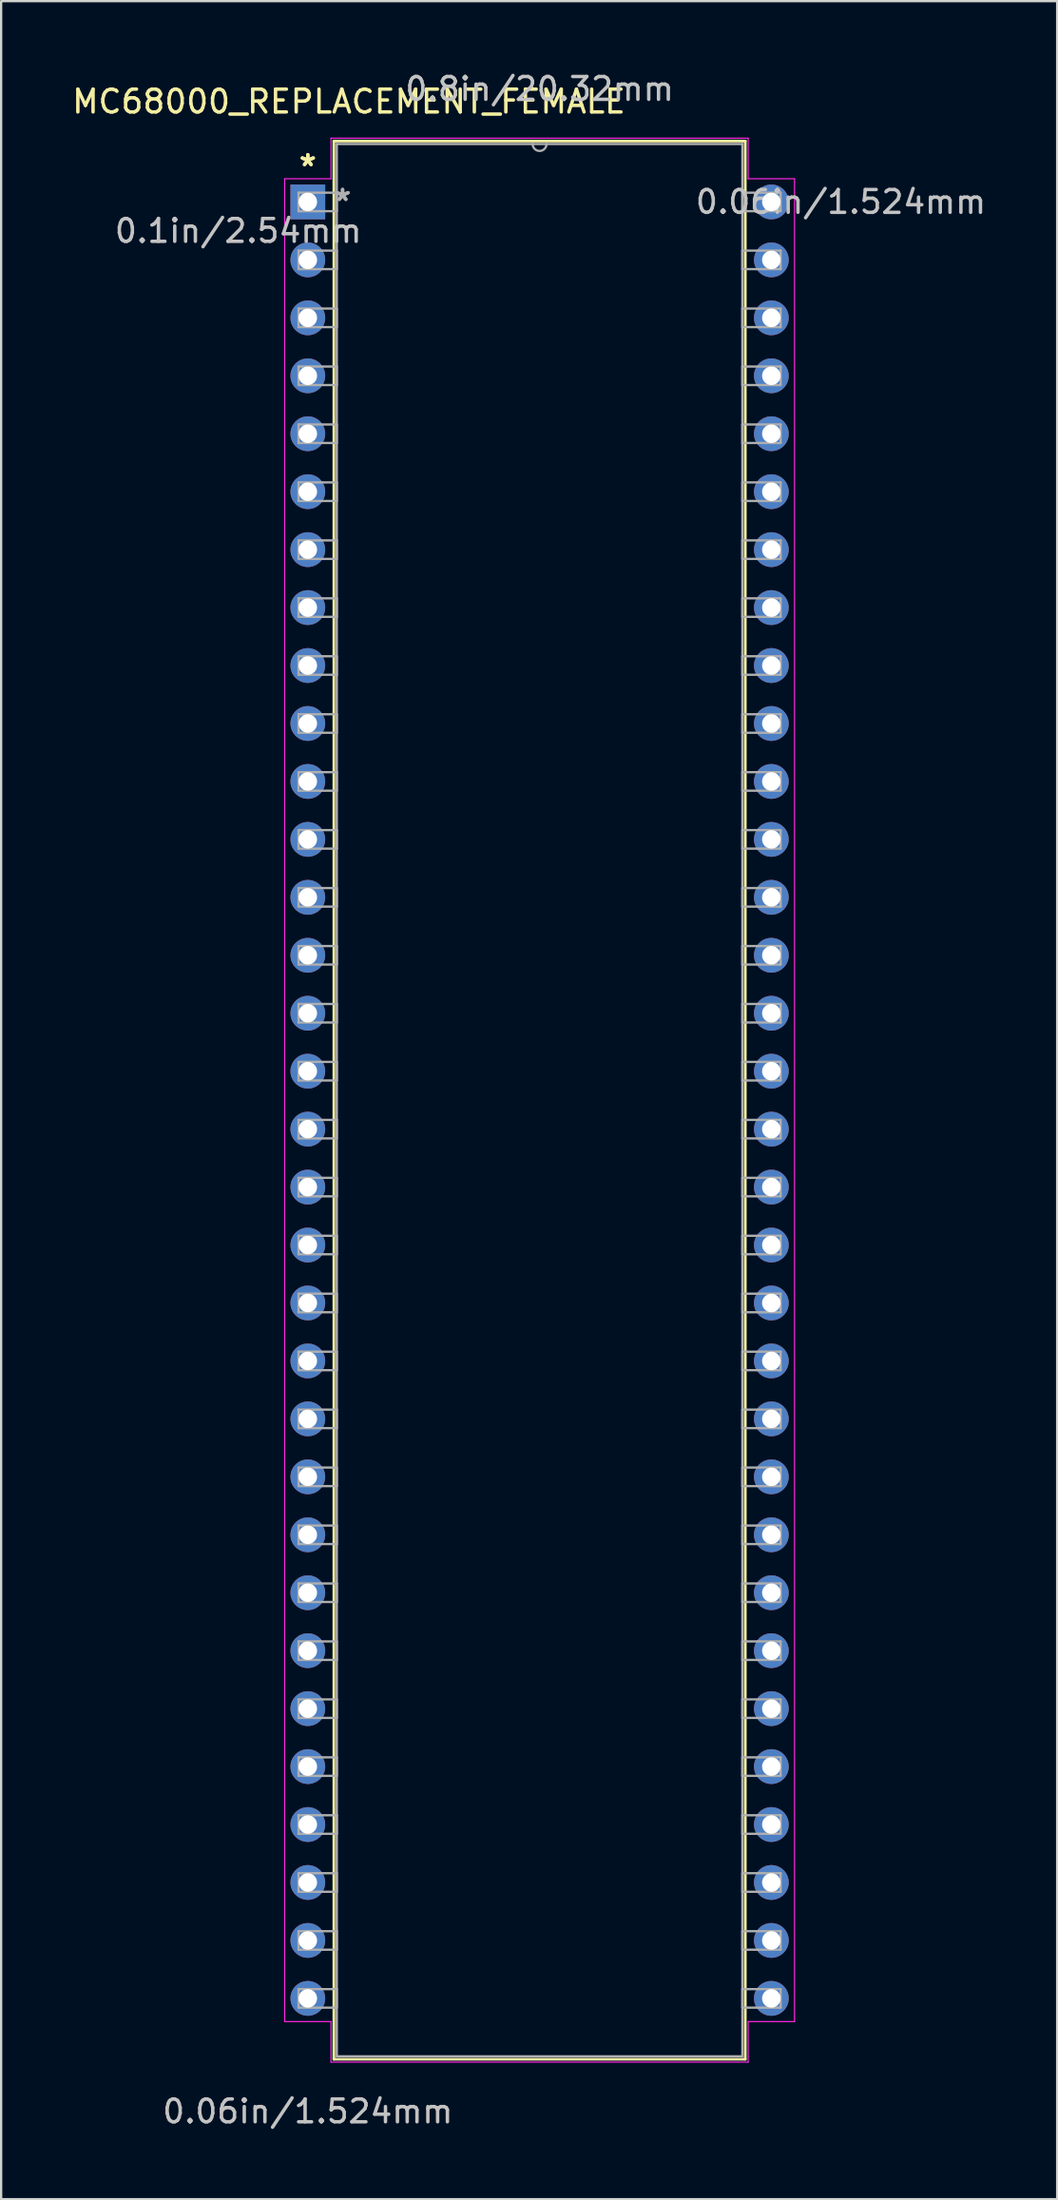
<source format=kicad_pcb>
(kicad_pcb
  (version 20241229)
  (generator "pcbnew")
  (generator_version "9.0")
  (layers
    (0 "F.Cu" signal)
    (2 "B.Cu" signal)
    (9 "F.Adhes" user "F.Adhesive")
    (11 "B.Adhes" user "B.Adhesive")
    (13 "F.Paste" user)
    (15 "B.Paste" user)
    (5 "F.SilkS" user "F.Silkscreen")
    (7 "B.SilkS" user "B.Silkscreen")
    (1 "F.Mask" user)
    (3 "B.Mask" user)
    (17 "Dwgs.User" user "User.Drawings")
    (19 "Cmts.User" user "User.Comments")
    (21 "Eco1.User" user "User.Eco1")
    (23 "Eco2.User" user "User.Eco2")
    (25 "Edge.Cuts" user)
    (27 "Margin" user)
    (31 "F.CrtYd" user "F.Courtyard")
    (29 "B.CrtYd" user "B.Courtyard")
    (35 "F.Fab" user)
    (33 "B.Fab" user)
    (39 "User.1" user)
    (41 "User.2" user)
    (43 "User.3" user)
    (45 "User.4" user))
  (footprint "MC68000_REPLACEMENT_FEMALE"
    (layer "F.Cu")
    (at 10.444 5.801)
    (property "Reference" "MC68000_REPLACEMENT_FEMALE" (at 1.8 -4.4 0) (layer "F.SilkS") (effects (font (size 1 1) (thickness 0.15))))
    (attr through_hole)
    (fp_line (start 1.143 -2.667) (end 1.143 81.407) (stroke (width 0.12) (type solid)) (layer "F.SilkS"))
    (fp_line (start 1.143 81.407) (end 19.177 81.407) (stroke (width 0.12) (type solid)) (layer "F.SilkS"))
    (fp_line (start 19.177 -2.667) (end 1.143 -2.667) (stroke (width 0.12) (type solid)) (layer "F.SilkS"))
    (fp_line (start 19.177 81.407) (end 19.177 -2.667) (stroke (width 0.12) (type solid)) (layer "F.SilkS"))
    (fp_line (start -1.016 -1.016) (end -1.016 79.756) (stroke (width 0.05) (type solid)) (layer "F.CrtYd"))
    (fp_line (start -1.016 79.756) (end 1.016 79.756) (stroke (width 0.05) (type solid)) (layer "F.CrtYd"))
    (fp_line (start 1.016 -2.794) (end 1.016 -1.016) (stroke (width 0.05) (type solid)) (layer "F.CrtYd"))
    (fp_line (start 1.016 -1.016) (end -1.016 -1.016) (stroke (width 0.05) (type solid)) (layer "F.CrtYd"))
    (fp_line (start 1.016 79.756) (end 1.016 81.534) (stroke (width 0.05) (type solid)) (layer "F.CrtYd"))
    (fp_line (start 1.016 81.534) (end 19.304 81.534) (stroke (width 0.05) (type solid)) (layer "F.CrtYd"))
    (fp_line (start 19.304 -2.794) (end 1.016 -2.794) (stroke (width 0.05) (type solid)) (layer "F.CrtYd"))
    (fp_line (start 19.304 -1.016) (end 19.304 -2.794) (stroke (width 0.05) (type solid)) (layer "F.CrtYd"))
    (fp_line (start 19.304 79.756) (end 21.336 79.756) (stroke (width 0.05) (type solid)) (layer "F.CrtYd"))
    (fp_line (start 19.304 81.534) (end 19.304 79.756) (stroke (width 0.05) (type solid)) (layer "F.CrtYd"))
    (fp_line (start 21.336 -1.016) (end 19.304 -1.016) (stroke (width 0.05) (type solid)) (layer "F.CrtYd"))
    (fp_line (start 21.336 79.756) (end 21.336 -1.016) (stroke (width 0.05) (type solid)) (layer "F.CrtYd"))
    (fp_line (start -0.406 -0.406) (end -0.406 0.406) (stroke (width 0.1) (type solid)) (layer "F.Fab"))
    (fp_line (start -0.406 0.406) (end 1.27 0.406) (stroke (width 0.1) (type solid)) (layer "F.Fab"))
    (fp_line (start -0.406 2.134) (end -0.406 2.946) (stroke (width 0.1) (type solid)) (layer "F.Fab"))
    (fp_line (start -0.406 2.946) (end 1.27 2.946) (stroke (width 0.1) (type solid)) (layer "F.Fab"))
    (fp_line (start -0.406 4.674) (end -0.406 5.486) (stroke (width 0.1) (type solid)) (layer "F.Fab"))
    (fp_line (start -0.406 5.486) (end 1.27 5.486) (stroke (width 0.1) (type solid)) (layer "F.Fab"))
    (fp_line (start -0.406 7.214) (end -0.406 8.026) (stroke (width 0.1) (type solid)) (layer "F.Fab"))
    (fp_line (start -0.406 8.026) (end 1.27 8.026) (stroke (width 0.1) (type solid)) (layer "F.Fab"))
    (fp_line (start -0.406 9.754) (end -0.406 10.566) (stroke (width 0.1) (type solid)) (layer "F.Fab"))
    (fp_line (start -0.406 10.566) (end 1.27 10.566) (stroke (width 0.1) (type solid)) (layer "F.Fab"))
    (fp_line (start -0.406 12.294) (end -0.406 13.106) (stroke (width 0.1) (type solid)) (layer "F.Fab"))
    (fp_line (start -0.406 13.106) (end 1.27 13.106) (stroke (width 0.1) (type solid)) (layer "F.Fab"))
    (fp_line (start -0.406 14.834) (end -0.406 15.646) (stroke (width 0.1) (type solid)) (layer "F.Fab"))
    (fp_line (start -0.406 15.646) (end 1.27 15.646) (stroke (width 0.1) (type solid)) (layer "F.Fab"))
    (fp_line (start -0.406 17.374) (end -0.406 18.186) (stroke (width 0.1) (type solid)) (layer "F.Fab"))
    (fp_line (start -0.406 18.186) (end 1.27 18.186) (stroke (width 0.1) (type solid)) (layer "F.Fab"))
    (fp_line (start -0.406 19.914) (end -0.406 20.726) (stroke (width 0.1) (type solid)) (layer "F.Fab"))
    (fp_line (start -0.406 20.726) (end 1.27 20.726) (stroke (width 0.1) (type solid)) (layer "F.Fab"))
    (fp_line (start -0.406 22.454) (end -0.406 23.266) (stroke (width 0.1) (type solid)) (layer "F.Fab"))
    (fp_line (start -0.406 23.266) (end 1.27 23.266) (stroke (width 0.1) (type solid)) (layer "F.Fab"))
    (fp_line (start -0.406 24.994) (end -0.406 25.806) (stroke (width 0.1) (type solid)) (layer "F.Fab"))
    (fp_line (start -0.406 25.806) (end 1.27 25.806) (stroke (width 0.1) (type solid)) (layer "F.Fab"))
    (fp_line (start -0.406 27.534) (end -0.406 28.346) (stroke (width 0.1) (type solid)) (layer "F.Fab"))
    (fp_line (start -0.406 28.346) (end 1.27 28.346) (stroke (width 0.1) (type solid)) (layer "F.Fab"))
    (fp_line (start -0.406 30.074) (end -0.406 30.886) (stroke (width 0.1) (type solid)) (layer "F.Fab"))
    (fp_line (start -0.406 30.886) (end 1.27 30.886) (stroke (width 0.1) (type solid)) (layer "F.Fab"))
    (fp_line (start -0.406 32.614) (end -0.406 33.426) (stroke (width 0.1) (type solid)) (layer "F.Fab"))
    (fp_line (start -0.406 33.426) (end 1.27 33.426) (stroke (width 0.1) (type solid)) (layer "F.Fab"))
    (fp_line (start -0.406 35.154) (end -0.406 35.966) (stroke (width 0.1) (type solid)) (layer "F.Fab"))
    (fp_line (start -0.406 35.966) (end 1.27 35.966) (stroke (width 0.1) (type solid)) (layer "F.Fab"))
    (fp_line (start -0.406 37.694) (end -0.406 38.506) (stroke (width 0.1) (type solid)) (layer "F.Fab"))
    (fp_line (start -0.406 38.506) (end 1.27 38.506) (stroke (width 0.1) (type solid)) (layer "F.Fab"))
    (fp_line (start -0.406 40.234) (end -0.406 41.046) (stroke (width 0.1) (type solid)) (layer "F.Fab"))
    (fp_line (start -0.406 41.046) (end 1.27 41.046) (stroke (width 0.1) (type solid)) (layer "F.Fab"))
    (fp_line (start -0.406 42.774) (end -0.406 43.586) (stroke (width 0.1) (type solid)) (layer "F.Fab"))
    (fp_line (start -0.406 43.586) (end 1.27 43.586) (stroke (width 0.1) (type solid)) (layer "F.Fab"))
    (fp_line (start -0.406 45.314) (end -0.406 46.126) (stroke (width 0.1) (type solid)) (layer "F.Fab"))
    (fp_line (start -0.406 46.126) (end 1.27 46.126) (stroke (width 0.1) (type solid)) (layer "F.Fab"))
    (fp_line (start -0.406 47.854) (end -0.406 48.666) (stroke (width 0.1) (type solid)) (layer "F.Fab"))
    (fp_line (start -0.406 48.666) (end 1.27 48.666) (stroke (width 0.1) (type solid)) (layer "F.Fab"))
    (fp_line (start -0.406 50.394) (end -0.406 51.206) (stroke (width 0.1) (type solid)) (layer "F.Fab"))
    (fp_line (start -0.406 51.206) (end 1.27 51.206) (stroke (width 0.1) (type solid)) (layer "F.Fab"))
    (fp_line (start -0.406 52.934) (end -0.406 53.746) (stroke (width 0.1) (type solid)) (layer "F.Fab"))
    (fp_line (start -0.406 53.746) (end 1.27 53.746) (stroke (width 0.1) (type solid)) (layer "F.Fab"))
    (fp_line (start -0.406 55.474) (end -0.406 56.286) (stroke (width 0.1) (type solid)) (layer "F.Fab"))
    (fp_line (start -0.406 56.286) (end 1.27 56.286) (stroke (width 0.1) (type solid)) (layer "F.Fab"))
    (fp_line (start -0.406 58.014) (end -0.406 58.826) (stroke (width 0.1) (type solid)) (layer "F.Fab"))
    (fp_line (start -0.406 58.826) (end 1.27 58.826) (stroke (width 0.1) (type solid)) (layer "F.Fab"))
    (fp_line (start -0.406 60.554) (end -0.406 61.366) (stroke (width 0.1) (type solid)) (layer "F.Fab"))
    (fp_line (start -0.406 61.366) (end 1.27 61.366) (stroke (width 0.1) (type solid)) (layer "F.Fab"))
    (fp_line (start -0.406 63.094) (end -0.406 63.906) (stroke (width 0.1) (type solid)) (layer "F.Fab"))
    (fp_line (start -0.406 63.906) (end 1.27 63.906) (stroke (width 0.1) (type solid)) (layer "F.Fab"))
    (fp_line (start -0.406 65.634) (end -0.406 66.446) (stroke (width 0.1) (type solid)) (layer "F.Fab"))
    (fp_line (start -0.406 66.446) (end 1.27 66.446) (stroke (width 0.1) (type solid)) (layer "F.Fab"))
    (fp_line (start -0.406 68.174) (end -0.406 68.986) (stroke (width 0.1) (type solid)) (layer "F.Fab"))
    (fp_line (start -0.406 68.986) (end 1.27 68.986) (stroke (width 0.1) (type solid)) (layer "F.Fab"))
    (fp_line (start -0.406 70.714) (end -0.406 71.526) (stroke (width 0.1) (type solid)) (layer "F.Fab"))
    (fp_line (start -0.406 71.526) (end 1.27 71.526) (stroke (width 0.1) (type solid)) (layer "F.Fab"))
    (fp_line (start -0.406 73.254) (end -0.406 74.066) (stroke (width 0.1) (type solid)) (layer "F.Fab"))
    (fp_line (start -0.406 74.066) (end 1.27 74.066) (stroke (width 0.1) (type solid)) (layer "F.Fab"))
    (fp_line (start -0.406 75.794) (end -0.406 76.606) (stroke (width 0.1) (type solid)) (layer "F.Fab"))
    (fp_line (start -0.406 76.606) (end 1.27 76.606) (stroke (width 0.1) (type solid)) (layer "F.Fab"))
    (fp_line (start -0.406 78.334) (end -0.406 79.146) (stroke (width 0.1) (type solid)) (layer "F.Fab"))
    (fp_line (start -0.406 79.146) (end 1.27 79.146) (stroke (width 0.1) (type solid)) (layer "F.Fab"))
    (fp_line (start 1.27 -2.54) (end 1.27 81.28) (stroke (width 0.1) (type solid)) (layer "F.Fab"))
    (fp_line (start 1.27 -0.406) (end -0.406 -0.406) (stroke (width 0.1) (type solid)) (layer "F.Fab"))
    (fp_line (start 1.27 0.406) (end 1.27 -0.406) (stroke (width 0.1) (type solid)) (layer "F.Fab"))
    (fp_line (start 1.27 2.134) (end -0.406 2.134) (stroke (width 0.1) (type solid)) (layer "F.Fab"))
    (fp_line (start 1.27 2.946) (end 1.27 2.134) (stroke (width 0.1) (type solid)) (layer "F.Fab"))
    (fp_line (start 1.27 4.674) (end -0.406 4.674) (stroke (width 0.1) (type solid)) (layer "F.Fab"))
    (fp_line (start 1.27 5.486) (end 1.27 4.674) (stroke (width 0.1) (type solid)) (layer "F.Fab"))
    (fp_line (start 1.27 7.214) (end -0.406 7.214) (stroke (width 0.1) (type solid)) (layer "F.Fab"))
    (fp_line (start 1.27 8.026) (end 1.27 7.214) (stroke (width 0.1) (type solid)) (layer "F.Fab"))
    (fp_line (start 1.27 9.754) (end -0.406 9.754) (stroke (width 0.1) (type solid)) (layer "F.Fab"))
    (fp_line (start 1.27 10.566) (end 1.27 9.754) (stroke (width 0.1) (type solid)) (layer "F.Fab"))
    (fp_line (start 1.27 12.294) (end -0.406 12.294) (stroke (width 0.1) (type solid)) (layer "F.Fab"))
    (fp_line (start 1.27 13.106) (end 1.27 12.294) (stroke (width 0.1) (type solid)) (layer "F.Fab"))
    (fp_line (start 1.27 14.834) (end -0.406 14.834) (stroke (width 0.1) (type solid)) (layer "F.Fab"))
    (fp_line (start 1.27 15.646) (end 1.27 14.834) (stroke (width 0.1) (type solid)) (layer "F.Fab"))
    (fp_line (start 1.27 17.374) (end -0.406 17.374) (stroke (width 0.1) (type solid)) (layer "F.Fab"))
    (fp_line (start 1.27 18.186) (end 1.27 17.374) (stroke (width 0.1) (type solid)) (layer "F.Fab"))
    (fp_line (start 1.27 19.914) (end -0.406 19.914) (stroke (width 0.1) (type solid)) (layer "F.Fab"))
    (fp_line (start 1.27 20.726) (end 1.27 19.914) (stroke (width 0.1) (type solid)) (layer "F.Fab"))
    (fp_line (start 1.27 22.454) (end -0.406 22.454) (stroke (width 0.1) (type solid)) (layer "F.Fab"))
    (fp_line (start 1.27 23.266) (end 1.27 22.454) (stroke (width 0.1) (type solid)) (layer "F.Fab"))
    (fp_line (start 1.27 24.994) (end -0.406 24.994) (stroke (width 0.1) (type solid)) (layer "F.Fab"))
    (fp_line (start 1.27 25.806) (end 1.27 24.994) (stroke (width 0.1) (type solid)) (layer "F.Fab"))
    (fp_line (start 1.27 27.534) (end -0.406 27.534) (stroke (width 0.1) (type solid)) (layer "F.Fab"))
    (fp_line (start 1.27 28.346) (end 1.27 27.534) (stroke (width 0.1) (type solid)) (layer "F.Fab"))
    (fp_line (start 1.27 30.074) (end -0.406 30.074) (stroke (width 0.1) (type solid)) (layer "F.Fab"))
    (fp_line (start 1.27 30.886) (end 1.27 30.074) (stroke (width 0.1) (type solid)) (layer "F.Fab"))
    (fp_line (start 1.27 32.614) (end -0.406 32.614) (stroke (width 0.1) (type solid)) (layer "F.Fab"))
    (fp_line (start 1.27 33.426) (end 1.27 32.614) (stroke (width 0.1) (type solid)) (layer "F.Fab"))
    (fp_line (start 1.27 35.154) (end -0.406 35.154) (stroke (width 0.1) (type solid)) (layer "F.Fab"))
    (fp_line (start 1.27 35.966) (end 1.27 35.154) (stroke (width 0.1) (type solid)) (layer "F.Fab"))
    (fp_line (start 1.27 37.694) (end -0.406 37.694) (stroke (width 0.1) (type solid)) (layer "F.Fab"))
    (fp_line (start 1.27 38.506) (end 1.27 37.694) (stroke (width 0.1) (type solid)) (layer "F.Fab"))
    (fp_line (start 1.27 40.234) (end -0.406 40.234) (stroke (width 0.1) (type solid)) (layer "F.Fab"))
    (fp_line (start 1.27 41.046) (end 1.27 40.234) (stroke (width 0.1) (type solid)) (layer "F.Fab"))
    (fp_line (start 1.27 42.774) (end -0.406 42.774) (stroke (width 0.1) (type solid)) (layer "F.Fab"))
    (fp_line (start 1.27 43.586) (end 1.27 42.774) (stroke (width 0.1) (type solid)) (layer "F.Fab"))
    (fp_line (start 1.27 45.314) (end -0.406 45.314) (stroke (width 0.1) (type solid)) (layer "F.Fab"))
    (fp_line (start 1.27 46.126) (end 1.27 45.314) (stroke (width 0.1) (type solid)) (layer "F.Fab"))
    (fp_line (start 1.27 47.854) (end -0.406 47.854) (stroke (width 0.1) (type solid)) (layer "F.Fab"))
    (fp_line (start 1.27 48.666) (end 1.27 47.854) (stroke (width 0.1) (type solid)) (layer "F.Fab"))
    (fp_line (start 1.27 50.394) (end -0.406 50.394) (stroke (width 0.1) (type solid)) (layer "F.Fab"))
    (fp_line (start 1.27 51.206) (end 1.27 50.394) (stroke (width 0.1) (type solid)) (layer "F.Fab"))
    (fp_line (start 1.27 52.934) (end -0.406 52.934) (stroke (width 0.1) (type solid)) (layer "F.Fab"))
    (fp_line (start 1.27 53.746) (end 1.27 52.934) (stroke (width 0.1) (type solid)) (layer "F.Fab"))
    (fp_line (start 1.27 55.474) (end -0.406 55.474) (stroke (width 0.1) (type solid)) (layer "F.Fab"))
    (fp_line (start 1.27 56.286) (end 1.27 55.474) (stroke (width 0.1) (type solid)) (layer "F.Fab"))
    (fp_line (start 1.27 58.014) (end -0.406 58.014) (stroke (width 0.1) (type solid)) (layer "F.Fab"))
    (fp_line (start 1.27 58.826) (end 1.27 58.014) (stroke (width 0.1) (type solid)) (layer "F.Fab"))
    (fp_line (start 1.27 60.554) (end -0.406 60.554) (stroke (width 0.1) (type solid)) (layer "F.Fab"))
    (fp_line (start 1.27 61.366) (end 1.27 60.554) (stroke (width 0.1) (type solid)) (layer "F.Fab"))
    (fp_line (start 1.27 63.094) (end -0.406 63.094) (stroke (width 0.1) (type solid)) (layer "F.Fab"))
    (fp_line (start 1.27 63.906) (end 1.27 63.094) (stroke (width 0.1) (type solid)) (layer "F.Fab"))
    (fp_line (start 1.27 65.634) (end -0.406 65.634) (stroke (width 0.1) (type solid)) (layer "F.Fab"))
    (fp_line (start 1.27 66.446) (end 1.27 65.634) (stroke (width 0.1) (type solid)) (layer "F.Fab"))
    (fp_line (start 1.27 68.174) (end -0.406 68.174) (stroke (width 0.1) (type solid)) (layer "F.Fab"))
    (fp_line (start 1.27 68.986) (end 1.27 68.174) (stroke (width 0.1) (type solid)) (layer "F.Fab"))
    (fp_line (start 1.27 70.714) (end -0.406 70.714) (stroke (width 0.1) (type solid)) (layer "F.Fab"))
    (fp_line (start 1.27 71.526) (end 1.27 70.714) (stroke (width 0.1) (type solid)) (layer "F.Fab"))
    (fp_line (start 1.27 73.254) (end -0.406 73.254) (stroke (width 0.1) (type solid)) (layer "F.Fab"))
    (fp_line (start 1.27 74.066) (end 1.27 73.254) (stroke (width 0.1) (type solid)) (layer "F.Fab"))
    (fp_line (start 1.27 75.794) (end -0.406 75.794) (stroke (width 0.1) (type solid)) (layer "F.Fab"))
    (fp_line (start 1.27 76.606) (end 1.27 75.794) (stroke (width 0.1) (type solid)) (layer "F.Fab"))
    (fp_line (start 1.27 78.334) (end -0.406 78.334) (stroke (width 0.1) (type solid)) (layer "F.Fab"))
    (fp_line (start 1.27 79.146) (end 1.27 78.334) (stroke (width 0.1) (type solid)) (layer "F.Fab"))
    (fp_line (start 1.27 81.28) (end 19.05 81.28) (stroke (width 0.1) (type solid)) (layer "F.Fab"))
    (fp_line (start 19.05 -2.54) (end 1.27 -2.54) (stroke (width 0.1) (type solid)) (layer "F.Fab"))
    (fp_line (start 19.05 -0.406) (end 19.05 0.406) (stroke (width 0.1) (type solid)) (layer "F.Fab"))
    (fp_line (start 19.05 0.406) (end 20.726 0.406) (stroke (width 0.1) (type solid)) (layer "F.Fab"))
    (fp_line (start 19.05 2.134) (end 19.05 2.946) (stroke (width 0.1) (type solid)) (layer "F.Fab"))
    (fp_line (start 19.05 2.946) (end 20.726 2.946) (stroke (width 0.1) (type solid)) (layer "F.Fab"))
    (fp_line (start 19.05 4.674) (end 19.05 5.486) (stroke (width 0.1) (type solid)) (layer "F.Fab"))
    (fp_line (start 19.05 5.486) (end 20.726 5.486) (stroke (width 0.1) (type solid)) (layer "F.Fab"))
    (fp_line (start 19.05 7.214) (end 19.05 8.026) (stroke (width 0.1) (type solid)) (layer "F.Fab"))
    (fp_line (start 19.05 8.026) (end 20.726 8.026) (stroke (width 0.1) (type solid)) (layer "F.Fab"))
    (fp_line (start 19.05 9.754) (end 19.05 10.566) (stroke (width 0.1) (type solid)) (layer "F.Fab"))
    (fp_line (start 19.05 10.566) (end 20.726 10.566) (stroke (width 0.1) (type solid)) (layer "F.Fab"))
    (fp_line (start 19.05 12.294) (end 19.05 13.106) (stroke (width 0.1) (type solid)) (layer "F.Fab"))
    (fp_line (start 19.05 13.106) (end 20.726 13.106) (stroke (width 0.1) (type solid)) (layer "F.Fab"))
    (fp_line (start 19.05 14.834) (end 19.05 15.646) (stroke (width 0.1) (type solid)) (layer "F.Fab"))
    (fp_line (start 19.05 15.646) (end 20.726 15.646) (stroke (width 0.1) (type solid)) (layer "F.Fab"))
    (fp_line (start 19.05 17.374) (end 19.05 18.186) (stroke (width 0.1) (type solid)) (layer "F.Fab"))
    (fp_line (start 19.05 18.186) (end 20.726 18.186) (stroke (width 0.1) (type solid)) (layer "F.Fab"))
    (fp_line (start 19.05 19.914) (end 19.05 20.726) (stroke (width 0.1) (type solid)) (layer "F.Fab"))
    (fp_line (start 19.05 20.726) (end 20.726 20.726) (stroke (width 0.1) (type solid)) (layer "F.Fab"))
    (fp_line (start 19.05 22.454) (end 19.05 23.266) (stroke (width 0.1) (type solid)) (layer "F.Fab"))
    (fp_line (start 19.05 23.266) (end 20.726 23.266) (stroke (width 0.1) (type solid)) (layer "F.Fab"))
    (fp_line (start 19.05 24.994) (end 19.05 25.806) (stroke (width 0.1) (type solid)) (layer "F.Fab"))
    (fp_line (start 19.05 25.806) (end 20.726 25.806) (stroke (width 0.1) (type solid)) (layer "F.Fab"))
    (fp_line (start 19.05 27.534) (end 19.05 28.346) (stroke (width 0.1) (type solid)) (layer "F.Fab"))
    (fp_line (start 19.05 28.346) (end 20.726 28.346) (stroke (width 0.1) (type solid)) (layer "F.Fab"))
    (fp_line (start 19.05 30.074) (end 19.05 30.886) (stroke (width 0.1) (type solid)) (layer "F.Fab"))
    (fp_line (start 19.05 30.886) (end 20.726 30.886) (stroke (width 0.1) (type solid)) (layer "F.Fab"))
    (fp_line (start 19.05 32.614) (end 19.05 33.426) (stroke (width 0.1) (type solid)) (layer "F.Fab"))
    (fp_line (start 19.05 33.426) (end 20.726 33.426) (stroke (width 0.1) (type solid)) (layer "F.Fab"))
    (fp_line (start 19.05 35.154) (end 19.05 35.966) (stroke (width 0.1) (type solid)) (layer "F.Fab"))
    (fp_line (start 19.05 35.966) (end 20.726 35.966) (stroke (width 0.1) (type solid)) (layer "F.Fab"))
    (fp_line (start 19.05 37.694) (end 19.05 38.506) (stroke (width 0.1) (type solid)) (layer "F.Fab"))
    (fp_line (start 19.05 38.506) (end 20.726 38.506) (stroke (width 0.1) (type solid)) (layer "F.Fab"))
    (fp_line (start 19.05 40.234) (end 19.05 41.046) (stroke (width 0.1) (type solid)) (layer "F.Fab"))
    (fp_line (start 19.05 41.046) (end 20.726 41.046) (stroke (width 0.1) (type solid)) (layer "F.Fab"))
    (fp_line (start 19.05 42.774) (end 19.05 43.586) (stroke (width 0.1) (type solid)) (layer "F.Fab"))
    (fp_line (start 19.05 43.586) (end 20.726 43.586) (stroke (width 0.1) (type solid)) (layer "F.Fab"))
    (fp_line (start 19.05 45.314) (end 19.05 46.126) (stroke (width 0.1) (type solid)) (layer "F.Fab"))
    (fp_line (start 19.05 46.126) (end 20.726 46.126) (stroke (width 0.1) (type solid)) (layer "F.Fab"))
    (fp_line (start 19.05 47.854) (end 19.05 48.666) (stroke (width 0.1) (type solid)) (layer "F.Fab"))
    (fp_line (start 19.05 48.666) (end 20.726 48.666) (stroke (width 0.1) (type solid)) (layer "F.Fab"))
    (fp_line (start 19.05 50.394) (end 19.05 51.206) (stroke (width 0.1) (type solid)) (layer "F.Fab"))
    (fp_line (start 19.05 51.206) (end 20.726 51.206) (stroke (width 0.1) (type solid)) (layer "F.Fab"))
    (fp_line (start 19.05 52.934) (end 19.05 53.746) (stroke (width 0.1) (type solid)) (layer "F.Fab"))
    (fp_line (start 19.05 53.746) (end 20.726 53.746) (stroke (width 0.1) (type solid)) (layer "F.Fab"))
    (fp_line (start 19.05 55.474) (end 19.05 56.286) (stroke (width 0.1) (type solid)) (layer "F.Fab"))
    (fp_line (start 19.05 56.286) (end 20.726 56.286) (stroke (width 0.1) (type solid)) (layer "F.Fab"))
    (fp_line (start 19.05 58.014) (end 19.05 58.826) (stroke (width 0.1) (type solid)) (layer "F.Fab"))
    (fp_line (start 19.05 58.826) (end 20.726 58.826) (stroke (width 0.1) (type solid)) (layer "F.Fab"))
    (fp_line (start 19.05 60.554) (end 19.05 61.366) (stroke (width 0.1) (type solid)) (layer "F.Fab"))
    (fp_line (start 19.05 61.366) (end 20.726 61.366) (stroke (width 0.1) (type solid)) (layer "F.Fab"))
    (fp_line (start 19.05 63.094) (end 19.05 63.906) (stroke (width 0.1) (type solid)) (layer "F.Fab"))
    (fp_line (start 19.05 63.906) (end 20.726 63.906) (stroke (width 0.1) (type solid)) (layer "F.Fab"))
    (fp_line (start 19.05 65.634) (end 19.05 66.446) (stroke (width 0.1) (type solid)) (layer "F.Fab"))
    (fp_line (start 19.05 66.446) (end 20.726 66.446) (stroke (width 0.1) (type solid)) (layer "F.Fab"))
    (fp_line (start 19.05 68.174) (end 19.05 68.986) (stroke (width 0.1) (type solid)) (layer "F.Fab"))
    (fp_line (start 19.05 68.986) (end 20.726 68.986) (stroke (width 0.1) (type solid)) (layer "F.Fab"))
    (fp_line (start 19.05 70.714) (end 19.05 71.526) (stroke (width 0.1) (type solid)) (layer "F.Fab"))
    (fp_line (start 19.05 71.526) (end 20.726 71.526) (stroke (width 0.1) (type solid)) (layer "F.Fab"))
    (fp_line (start 19.05 73.254) (end 19.05 74.066) (stroke (width 0.1) (type solid)) (layer "F.Fab"))
    (fp_line (start 19.05 74.066) (end 20.726 74.066) (stroke (width 0.1) (type solid)) (layer "F.Fab"))
    (fp_line (start 19.05 75.794) (end 19.05 76.606) (stroke (width 0.1) (type solid)) (layer "F.Fab"))
    (fp_line (start 19.05 76.606) (end 20.726 76.606) (stroke (width 0.1) (type solid)) (layer "F.Fab"))
    (fp_line (start 19.05 78.334) (end 19.05 79.146) (stroke (width 0.1) (type solid)) (layer "F.Fab"))
    (fp_line (start 19.05 79.146) (end 20.726 79.146) (stroke (width 0.1) (type solid)) (layer "F.Fab"))
    (fp_line (start 19.05 81.28) (end 19.05 -2.54) (stroke (width 0.1) (type solid)) (layer "F.Fab"))
    (fp_line (start 20.726 -0.406) (end 19.05 -0.406) (stroke (width 0.1) (type solid)) (layer "F.Fab"))
    (fp_line (start 20.726 0.406) (end 20.726 -0.406) (stroke (width 0.1) (type solid)) (layer "F.Fab"))
    (fp_line (start 20.726 2.134) (end 19.05 2.134) (stroke (width 0.1) (type solid)) (layer "F.Fab"))
    (fp_line (start 20.726 2.946) (end 20.726 2.134) (stroke (width 0.1) (type solid)) (layer "F.Fab"))
    (fp_line (start 20.726 4.674) (end 19.05 4.674) (stroke (width 0.1) (type solid)) (layer "F.Fab"))
    (fp_line (start 20.726 5.486) (end 20.726 4.674) (stroke (width 0.1) (type solid)) (layer "F.Fab"))
    (fp_line (start 20.726 7.214) (end 19.05 7.214) (stroke (width 0.1) (type solid)) (layer "F.Fab"))
    (fp_line (start 20.726 8.026) (end 20.726 7.214) (stroke (width 0.1) (type solid)) (layer "F.Fab"))
    (fp_line (start 20.726 9.754) (end 19.05 9.754) (stroke (width 0.1) (type solid)) (layer "F.Fab"))
    (fp_line (start 20.726 10.566) (end 20.726 9.754) (stroke (width 0.1) (type solid)) (layer "F.Fab"))
    (fp_line (start 20.726 12.294) (end 19.05 12.294) (stroke (width 0.1) (type solid)) (layer "F.Fab"))
    (fp_line (start 20.726 13.106) (end 20.726 12.294) (stroke (width 0.1) (type solid)) (layer "F.Fab"))
    (fp_line (start 20.726 14.834) (end 19.05 14.834) (stroke (width 0.1) (type solid)) (layer "F.Fab"))
    (fp_line (start 20.726 15.646) (end 20.726 14.834) (stroke (width 0.1) (type solid)) (layer "F.Fab"))
    (fp_line (start 20.726 17.374) (end 19.05 17.374) (stroke (width 0.1) (type solid)) (layer "F.Fab"))
    (fp_line (start 20.726 18.186) (end 20.726 17.374) (stroke (width 0.1) (type solid)) (layer "F.Fab"))
    (fp_line (start 20.726 19.914) (end 19.05 19.914) (stroke (width 0.1) (type solid)) (layer "F.Fab"))
    (fp_line (start 20.726 20.726) (end 20.726 19.914) (stroke (width 0.1) (type solid)) (layer "F.Fab"))
    (fp_line (start 20.726 22.454) (end 19.05 22.454) (stroke (width 0.1) (type solid)) (layer "F.Fab"))
    (fp_line (start 20.726 23.266) (end 20.726 22.454) (stroke (width 0.1) (type solid)) (layer "F.Fab"))
    (fp_line (start 20.726 24.994) (end 19.05 24.994) (stroke (width 0.1) (type solid)) (layer "F.Fab"))
    (fp_line (start 20.726 25.806) (end 20.726 24.994) (stroke (width 0.1) (type solid)) (layer "F.Fab"))
    (fp_line (start 20.726 27.534) (end 19.05 27.534) (stroke (width 0.1) (type solid)) (layer "F.Fab"))
    (fp_line (start 20.726 28.346) (end 20.726 27.534) (stroke (width 0.1) (type solid)) (layer "F.Fab"))
    (fp_line (start 20.726 30.074) (end 19.05 30.074) (stroke (width 0.1) (type solid)) (layer "F.Fab"))
    (fp_line (start 20.726 30.886) (end 20.726 30.074) (stroke (width 0.1) (type solid)) (layer "F.Fab"))
    (fp_line (start 20.726 32.614) (end 19.05 32.614) (stroke (width 0.1) (type solid)) (layer "F.Fab"))
    (fp_line (start 20.726 33.426) (end 20.726 32.614) (stroke (width 0.1) (type solid)) (layer "F.Fab"))
    (fp_line (start 20.726 35.154) (end 19.05 35.154) (stroke (width 0.1) (type solid)) (layer "F.Fab"))
    (fp_line (start 20.726 35.966) (end 20.726 35.154) (stroke (width 0.1) (type solid)) (layer "F.Fab"))
    (fp_line (start 20.726 37.694) (end 19.05 37.694) (stroke (width 0.1) (type solid)) (layer "F.Fab"))
    (fp_line (start 20.726 38.506) (end 20.726 37.694) (stroke (width 0.1) (type solid)) (layer "F.Fab"))
    (fp_line (start 20.726 40.234) (end 19.05 40.234) (stroke (width 0.1) (type solid)) (layer "F.Fab"))
    (fp_line (start 20.726 41.046) (end 20.726 40.234) (stroke (width 0.1) (type solid)) (layer "F.Fab"))
    (fp_line (start 20.726 42.774) (end 19.05 42.774) (stroke (width 0.1) (type solid)) (layer "F.Fab"))
    (fp_line (start 20.726 43.586) (end 20.726 42.774) (stroke (width 0.1) (type solid)) (layer "F.Fab"))
    (fp_line (start 20.726 45.314) (end 19.05 45.314) (stroke (width 0.1) (type solid)) (layer "F.Fab"))
    (fp_line (start 20.726 46.126) (end 20.726 45.314) (stroke (width 0.1) (type solid)) (layer "F.Fab"))
    (fp_line (start 20.726 47.854) (end 19.05 47.854) (stroke (width 0.1) (type solid)) (layer "F.Fab"))
    (fp_line (start 20.726 48.666) (end 20.726 47.854) (stroke (width 0.1) (type solid)) (layer "F.Fab"))
    (fp_line (start 20.726 50.394) (end 19.05 50.394) (stroke (width 0.1) (type solid)) (layer "F.Fab"))
    (fp_line (start 20.726 51.206) (end 20.726 50.394) (stroke (width 0.1) (type solid)) (layer "F.Fab"))
    (fp_line (start 20.726 52.934) (end 19.05 52.934) (stroke (width 0.1) (type solid)) (layer "F.Fab"))
    (fp_line (start 20.726 53.746) (end 20.726 52.934) (stroke (width 0.1) (type solid)) (layer "F.Fab"))
    (fp_line (start 20.726 55.474) (end 19.05 55.474) (stroke (width 0.1) (type solid)) (layer "F.Fab"))
    (fp_line (start 20.726 56.286) (end 20.726 55.474) (stroke (width 0.1) (type solid)) (layer "F.Fab"))
    (fp_line (start 20.726 58.014) (end 19.05 58.014) (stroke (width 0.1) (type solid)) (layer "F.Fab"))
    (fp_line (start 20.726 58.826) (end 20.726 58.014) (stroke (width 0.1) (type solid)) (layer "F.Fab"))
    (fp_line (start 20.726 60.554) (end 19.05 60.554) (stroke (width 0.1) (type solid)) (layer "F.Fab"))
    (fp_line (start 20.726 61.366) (end 20.726 60.554) (stroke (width 0.1) (type solid)) (layer "F.Fab"))
    (fp_line (start 20.726 63.094) (end 19.05 63.094) (stroke (width 0.1) (type solid)) (layer "F.Fab"))
    (fp_line (start 20.726 63.906) (end 20.726 63.094) (stroke (width 0.1) (type solid)) (layer "F.Fab"))
    (fp_line (start 20.726 65.634) (end 19.05 65.634) (stroke (width 0.1) (type solid)) (layer "F.Fab"))
    (fp_line (start 20.726 66.446) (end 20.726 65.634) (stroke (width 0.1) (type solid)) (layer "F.Fab"))
    (fp_line (start 20.726 68.174) (end 19.05 68.174) (stroke (width 0.1) (type solid)) (layer "F.Fab"))
    (fp_line (start 20.726 68.986) (end 20.726 68.174) (stroke (width 0.1) (type solid)) (layer "F.Fab"))
    (fp_line (start 20.726 70.714) (end 19.05 70.714) (stroke (width 0.1) (type solid)) (layer "F.Fab"))
    (fp_line (start 20.726 71.526) (end 20.726 70.714) (stroke (width 0.1) (type solid)) (layer "F.Fab"))
    (fp_line (start 20.726 73.254) (end 19.05 73.254) (stroke (width 0.1) (type solid)) (layer "F.Fab"))
    (fp_line (start 20.726 74.066) (end 20.726 73.254) (stroke (width 0.1) (type solid)) (layer "F.Fab"))
    (fp_line (start 20.726 75.794) (end 19.05 75.794) (stroke (width 0.1) (type solid)) (layer "F.Fab"))
    (fp_line (start 20.726 76.606) (end 20.726 75.794) (stroke (width 0.1) (type solid)) (layer "F.Fab"))
    (fp_line (start 20.726 78.334) (end 19.05 78.334) (stroke (width 0.1) (type solid)) (layer "F.Fab"))
    (fp_line (start 20.726 79.146) (end 20.726 78.334) (stroke (width 0.1) (type solid)) (layer "F.Fab"))
    (fp_arc (start 10.4648 -2.54) (mid 10.16 -2.2352) (end 9.8552 -2.54) (stroke (width 0.1) (type solid)) (layer "F.Fab"))
    (fp_text user "*" (at 0 -1.524 0) (layer "F.SilkS") (effects (font (size 1 1) (thickness 0.15))))
    (fp_text user "*" (at 0 -1.524 0) (layer "F.SilkS") (effects (font (size 1 1) (thickness 0.15))))
    (fp_text user "0.06in/1.524mm" (at 23.368 0 0) (layer "Dwgs.User") (effects (font (size 1 1) (thickness 0.15))))
    (fp_text user "0.1in/2.54mm" (at -3.048 1.27 0) (layer "Dwgs.User") (effects (font (size 1 1) (thickness 0.15))))
    (fp_text user "0.06in/1.524mm" (at 0 83.693 0) (layer "Dwgs.User") (effects (font (size 1 1) (thickness 0.15))))
    (fp_text user "0.8in/20.32mm" (at 10.16 -4.953 0) (layer "Dwgs.User") (effects (font (size 1 1) (thickness 0.15))))
    (fp_text user "Copyright 2021 Accelerated Designs. All rights reserved." (at 0 0 0) (layer "Cmts.User") (effects (font (size 0.127 0.127) (thickness 0.002))))
    (fp_text user "*" (at 1.524 0 0) (layer "F.Fab") (effects (font (size 1 1) (thickness 0.15))))
    (fp_text user "*" (at 1.524 0 0) (layer "F.Fab") (effects (font (size 1 1) (thickness 0.15))))
    (pad "1" thru_hole rect (at 0 0) (size 1.524 1.524) (drill 0.813) (layers "*.Cu" "*.Mask"))
    (pad "2" thru_hole circle (at 0 2.54) (size 1.524 1.524) (drill 0.813) (layers "*.Cu" "*.Mask"))
    (pad "3" thru_hole circle (at 0 5.08) (size 1.524 1.524) (drill 0.813) (layers "*.Cu" "*.Mask"))
    (pad "4" thru_hole circle (at 0 7.62) (size 1.524 1.524) (drill 0.813) (layers "*.Cu" "*.Mask"))
    (pad "5" thru_hole circle (at 0 10.16) (size 1.524 1.524) (drill 0.813) (layers "*.Cu" "*.Mask"))
    (pad "6" thru_hole circle (at 0 12.7) (size 1.524 1.524) (drill 0.813) (layers "*.Cu" "*.Mask"))
    (pad "7" thru_hole circle (at 0 15.24) (size 1.524 1.524) (drill 0.813) (layers "*.Cu" "*.Mask"))
    (pad "8" thru_hole circle (at 0 17.78) (size 1.524 1.524) (drill 0.813) (layers "*.Cu" "*.Mask"))
    (pad "9" thru_hole circle (at 0 20.32) (size 1.524 1.524) (drill 0.813) (layers "*.Cu" "*.Mask"))
    (pad "10" thru_hole circle (at 0 22.86) (size 1.524 1.524) (drill 0.813) (layers "*.Cu" "*.Mask"))
    (pad "11" thru_hole circle (at 0 25.4) (size 1.524 1.524) (drill 0.813) (layers "*.Cu" "*.Mask"))
    (pad "12" thru_hole circle (at 0 27.94) (size 1.524 1.524) (drill 0.813) (layers "*.Cu" "*.Mask"))
    (pad "13" thru_hole circle (at 0 30.48) (size 1.524 1.524) (drill 0.813) (layers "*.Cu" "*.Mask"))
    (pad "14" thru_hole circle (at 0 33.02) (size 1.524 1.524) (drill 0.813) (layers "*.Cu" "*.Mask"))
    (pad "15" thru_hole circle (at 0 35.56) (size 1.524 1.524) (drill 0.813) (layers "*.Cu" "*.Mask"))
    (pad "16" thru_hole circle (at 0 38.1) (size 1.524 1.524) (drill 0.813) (layers "*.Cu" "*.Mask"))
    (pad "17" thru_hole circle (at 0 40.64) (size 1.524 1.524) (drill 0.813) (layers "*.Cu" "*.Mask"))
    (pad "18" thru_hole circle (at 0 43.18) (size 1.524 1.524) (drill 0.813) (layers "*.Cu" "*.Mask"))
    (pad "19" thru_hole circle (at 0 45.72) (size 1.524 1.524) (drill 0.813) (layers "*.Cu" "*.Mask"))
    (pad "20" thru_hole circle (at 0 48.26) (size 1.524 1.524) (drill 0.813) (layers "*.Cu" "*.Mask"))
    (pad "21" thru_hole circle (at 0 50.8) (size 1.524 1.524) (drill 0.813) (layers "*.Cu" "*.Mask"))
    (pad "22" thru_hole circle (at 0 53.34) (size 1.524 1.524) (drill 0.813) (layers "*.Cu" "*.Mask"))
    (pad "23" thru_hole circle (at 0 55.88) (size 1.524 1.524) (drill 0.813) (layers "*.Cu" "*.Mask"))
    (pad "24" thru_hole circle (at 0 58.42) (size 1.524 1.524) (drill 0.813) (layers "*.Cu" "*.Mask"))
    (pad "25" thru_hole circle (at 0 60.96) (size 1.524 1.524) (drill 0.813) (layers "*.Cu" "*.Mask"))
    (pad "26" thru_hole circle (at 0 63.5) (size 1.524 1.524) (drill 0.813) (layers "*.Cu" "*.Mask"))
    (pad "27" thru_hole circle (at 0 66.04) (size 1.524 1.524) (drill 0.813) (layers "*.Cu" "*.Mask"))
    (pad "28" thru_hole circle (at 0 68.58) (size 1.524 1.524) (drill 0.813) (layers "*.Cu" "*.Mask"))
    (pad "29" thru_hole circle (at 0 71.12) (size 1.524 1.524) (drill 0.813) (layers "*.Cu" "*.Mask"))
    (pad "30" thru_hole circle (at 0 73.66) (size 1.524 1.524) (drill 0.813) (layers "*.Cu" "*.Mask"))
    (pad "31" thru_hole circle (at 0 76.2) (size 1.524 1.524) (drill 0.813) (layers "*.Cu" "*.Mask"))
    (pad "32" thru_hole circle (at 0 78.74) (size 1.524 1.524) (drill 0.813) (layers "*.Cu" "*.Mask"))
    (pad "33" thru_hole circle (at 20.32 78.74) (size 1.524 1.524) (drill 0.813) (layers "*.Cu" "*.Mask"))
    (pad "34" thru_hole circle (at 20.32 76.2) (size 1.524 1.524) (drill 0.813) (layers "*.Cu" "*.Mask"))
    (pad "35" thru_hole circle (at 20.32 73.66) (size 1.524 1.524) (drill 0.813) (layers "*.Cu" "*.Mask"))
    (pad "36" thru_hole circle (at 20.32 71.12) (size 1.524 1.524) (drill 0.813) (layers "*.Cu" "*.Mask"))
    (pad "37" thru_hole circle (at 20.32 68.58) (size 1.524 1.524) (drill 0.813) (layers "*.Cu" "*.Mask"))
    (pad "38" thru_hole circle (at 20.32 66.04) (size 1.524 1.524) (drill 0.813) (layers "*.Cu" "*.Mask"))
    (pad "39" thru_hole circle (at 20.32 63.5) (size 1.524 1.524) (drill 0.813) (layers "*.Cu" "*.Mask"))
    (pad "40" thru_hole circle (at 20.32 60.96) (size 1.524 1.524) (drill 0.813) (layers "*.Cu" "*.Mask"))
    (pad "41" thru_hole circle (at 20.32 58.42) (size 1.524 1.524) (drill 0.813) (layers "*.Cu" "*.Mask"))
    (pad "42" thru_hole circle (at 20.32 55.88) (size 1.524 1.524) (drill 0.813) (layers "*.Cu" "*.Mask"))
    (pad "43" thru_hole circle (at 20.32 53.34) (size 1.524 1.524) (drill 0.813) (layers "*.Cu" "*.Mask"))
    (pad "44" thru_hole circle (at 20.32 50.8) (size 1.524 1.524) (drill 0.813) (layers "*.Cu" "*.Mask"))
    (pad "45" thru_hole circle (at 20.32 48.26) (size 1.524 1.524) (drill 0.813) (layers "*.Cu" "*.Mask"))
    (pad "46" thru_hole circle (at 20.32 45.72) (size 1.524 1.524) (drill 0.813) (layers "*.Cu" "*.Mask"))
    (pad "47" thru_hole circle (at 20.32 43.18) (size 1.524 1.524) (drill 0.813) (layers "*.Cu" "*.Mask"))
    (pad "48" thru_hole circle (at 20.32 40.64) (size 1.524 1.524) (drill 0.813) (layers "*.Cu" "*.Mask"))
    (pad "49" thru_hole circle (at 20.32 38.1) (size 1.524 1.524) (drill 0.813) (layers "*.Cu" "*.Mask"))
    (pad "50" thru_hole circle (at 20.32 35.56) (size 1.524 1.524) (drill 0.813) (layers "*.Cu" "*.Mask"))
    (pad "51" thru_hole circle (at 20.32 33.02) (size 1.524 1.524) (drill 0.813) (layers "*.Cu" "*.Mask"))
    (pad "52" thru_hole circle (at 20.32 30.48) (size 1.524 1.524) (drill 0.813) (layers "*.Cu" "*.Mask"))
    (pad "53" thru_hole circle (at 20.32 27.94) (size 1.524 1.524) (drill 0.813) (layers "*.Cu" "*.Mask"))
    (pad "54" thru_hole circle (at 20.32 25.4) (size 1.524 1.524) (drill 0.813) (layers "*.Cu" "*.Mask"))
    (pad "55" thru_hole circle (at 20.32 22.86) (size 1.524 1.524) (drill 0.813) (layers "*.Cu" "*.Mask"))
    (pad "56" thru_hole circle (at 20.32 20.32) (size 1.524 1.524) (drill 0.813) (layers "*.Cu" "*.Mask"))
    (pad "57" thru_hole circle (at 20.32 17.78) (size 1.524 1.524) (drill 0.813) (layers "*.Cu" "*.Mask"))
    (pad "58" thru_hole circle (at 20.32 15.24) (size 1.524 1.524) (drill 0.813) (layers "*.Cu" "*.Mask"))
    (pad "59" thru_hole circle (at 20.32 12.7) (size 1.524 1.524) (drill 0.813) (layers "*.Cu" "*.Mask"))
    (pad "60" thru_hole circle (at 20.32 10.16) (size 1.524 1.524) (drill 0.813) (layers "*.Cu" "*.Mask"))
    (pad "61" thru_hole circle (at 20.32 7.62) (size 1.524 1.524) (drill 0.813) (layers "*.Cu" "*.Mask"))
    (pad "62" thru_hole circle (at 20.32 5.08) (size 1.524 1.524) (drill 0.813) (layers "*.Cu" "*.Mask"))
    (pad "63" thru_hole circle (at 20.32 2.54) (size 1.524 1.524) (drill 0.813) (layers "*.Cu" "*.Mask"))
    (pad "64" thru_hole circle (at 20.32 0) (size 1.524 1.524) (drill 0.813) (layers "*.Cu" "*.Mask")))
  (gr_rect
    (start -3 -3)
    (end 43.294 93.343)
    (stroke (width 0.1) (type default))
    (fill no)
    (layer "Edge.Cuts")))
</source>
